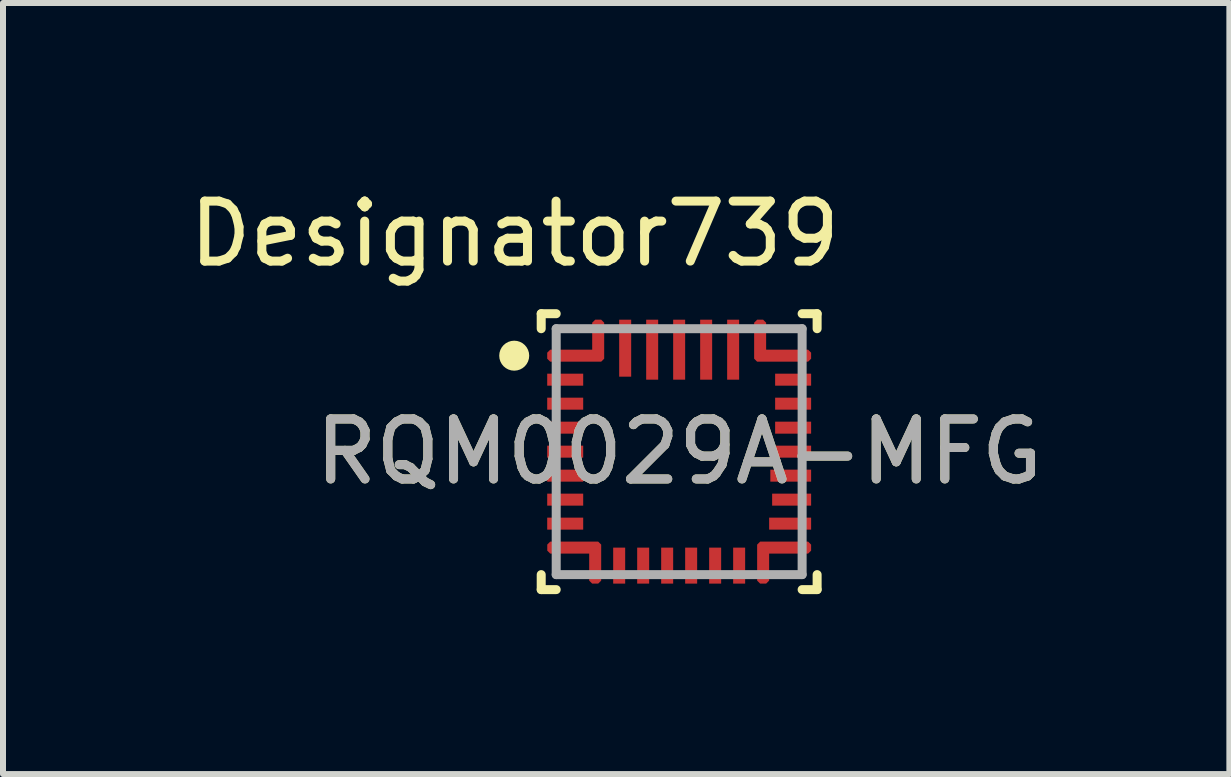
<source format=kicad_pcb>
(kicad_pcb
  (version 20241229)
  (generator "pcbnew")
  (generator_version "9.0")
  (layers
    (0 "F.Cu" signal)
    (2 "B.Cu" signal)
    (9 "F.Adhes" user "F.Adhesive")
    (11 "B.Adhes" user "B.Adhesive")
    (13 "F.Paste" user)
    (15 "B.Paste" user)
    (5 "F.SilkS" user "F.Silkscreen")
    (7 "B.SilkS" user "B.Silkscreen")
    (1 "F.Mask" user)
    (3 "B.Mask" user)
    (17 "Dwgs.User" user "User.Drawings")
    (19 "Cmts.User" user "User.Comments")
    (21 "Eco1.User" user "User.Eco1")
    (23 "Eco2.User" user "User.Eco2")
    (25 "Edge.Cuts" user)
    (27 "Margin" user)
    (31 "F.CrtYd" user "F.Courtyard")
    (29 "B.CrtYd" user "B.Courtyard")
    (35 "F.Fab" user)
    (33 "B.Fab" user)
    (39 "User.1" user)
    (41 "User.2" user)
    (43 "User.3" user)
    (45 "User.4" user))
  (footprint "RQM0029A-MFG"
    (layer "F.Cu")
    (at 8.273 4.48)
    (property "Reference" "RQM0029A-MFG" (at 0 0 0) (unlocked yes) (layer "F.SilkS") (effects (font (size 1 1) (thickness 0.15))))
    (attr smd)
    (fp_poly (pts (xy -2.2 1.65) (xy -2.2 1.55) (xy -2.15 1.5) (xy -1.35 1.5) (xy -1.3 1.55) (xy -1.3 2.15) (xy -1.35 2.2) (xy -1.45 2.2) (xy -1.5 2.15) (xy -1.5 1.7) (xy -2.15 1.7)) (stroke (width 0) (type solid)) (fill yes) (layer "F.Mask"))
    (fp_poly (pts (xy 2.2 -1.65) (xy 2.2 -1.55) (xy 2.15 -1.5) (xy 1.3 -1.5) (xy 1.25 -1.55) (xy 1.25 -2.15) (xy 1.3 -2.2) (xy 1.4 -2.2) (xy 1.45 -2.15) (xy 1.45 -1.7) (xy 2.15 -1.7)) (stroke (width 0) (type solid)) (fill yes) (layer "F.Mask"))
    (fp_line (start -2.3 -2.3) (end -2.05 -2.3) (stroke (width 0.15) (type solid)) (layer "F.SilkS"))
    (fp_line (start -2.3 -2.05) (end -2.3 -2.3) (stroke (width 0.15) (type solid)) (layer "F.SilkS"))
    (fp_line (start -2.3 2.3) (end -2.3 2.05) (stroke (width 0.15) (type solid)) (layer "F.SilkS"))
    (fp_line (start -2.3 2.3) (end -2.05 2.3) (stroke (width 0.15) (type solid)) (layer "F.SilkS"))
    (fp_line (start 2.05 -2.3) (end 2.3 -2.3) (stroke (width 0.15) (type solid)) (layer "F.SilkS"))
    (fp_line (start 2.05 2.3) (end 2.3 2.3) (stroke (width 0.15) (type solid)) (layer "F.SilkS"))
    (fp_line (start 2.3 -2.05) (end 2.3 -2.3) (stroke (width 0.15) (type solid)) (layer "F.SilkS"))
    (fp_line (start 2.3 2.3) (end 2.3 2.05) (stroke (width 0.15) (type solid)) (layer "F.SilkS"))
    (fp_circle (center -2.75 -1.6) (end -2.625 -1.6) (stroke (width 0.25) (type solid)) (fill no) (layer "F.SilkS"))
    (fp_poly (pts (xy -2.2 1.65) (xy -2.2 1.55) (xy -2.15 1.5) (xy -1.35 1.5) (xy -1.3 1.55) (xy -1.3 2.15) (xy -1.35 2.2) (xy -1.45 2.2) (xy -1.5 2.15) (xy -1.5 1.7) (xy -2.15 1.7)) (stroke (width 0) (type solid)) (fill yes) (layer "F.Paste"))
    (fp_poly (pts (xy 2.2 -1.65) (xy 2.2 -1.55) (xy 2.15 -1.5) (xy 1.3 -1.5) (xy 1.25 -1.55) (xy 1.25 -2.15) (xy 1.3 -2.2) (xy 1.4 -2.2) (xy 1.45 -2.15) (xy 1.45 -1.7) (xy 2.15 -1.7)) (stroke (width 0) (type solid)) (fill yes) (layer "F.Paste"))
    (fp_line (start -2.05 -2.05) (end 2.05 -2.05) (stroke (width 0.15) (type solid)) (layer "F.Fab"))
    (fp_line (start -2.05 2.05) (end -2.05 -2.05) (stroke (width 0.15) (type solid)) (layer "F.Fab"))
    (fp_line (start -2.05 2.05) (end 2.05 2.05) (stroke (width 0.15) (type solid)) (layer "F.Fab"))
    (fp_line (start 2.05 2.05) (end 2.05 -2.05) (stroke (width 0.15) (type solid)) (layer "F.Fab"))
    (fp_text user "Designator739" (at -2.743 -3.632 0) (unlocked yes) (layer "F.SilkS") (effects (font (size 1 1) (thickness 0.15))))
    (fp_text user "${REFERENCE}" (at 0 0 0) (unlocked yes) (layer "F.Fab") (effects (font (size 1 1) (thickness 0.15))))
    (pad "1" smd custom (at -1.369 -1.631) (size 0.192 0.192) (layers "F.Cu" "F.Mask" "F.Paste") (options (anchor circle)) (primitives (gr_poly (pts (xy -0.831 -0.019) (xy -0.781 -0.069) (xy -0.081 -0.069) (xy -0.081 -0.519) (xy -0.031 -0.569) (xy 0.069 -0.569) (xy 0.119 -0.519) (xy 0.119 0.081) (xy 0.069 0.131) (xy -0.781 0.131) (xy -0.831 0.081)) (width 0) (fill yes))))
    (pad "2" smd rect (at -1.9 -1.2) (size 0.6 0.2) (layers "F.Cu" "F.Mask" "F.Paste"))
    (pad "3" smd rect (at -1.9 -0.8) (size 0.6 0.2) (layers "F.Cu" "F.Mask" "F.Paste"))
    (pad "4" smd rect (at -1.9 -0.4) (size 0.6 0.2) (layers "F.Cu" "F.Mask" "F.Paste"))
    (pad "5" smd rect (at -1.9 0) (size 0.6 0.2) (layers "F.Cu" "F.Mask" "F.Paste"))
    (pad "6" smd rect (at -1.9 0.4) (size 0.6 0.2) (layers "F.Cu" "F.Mask" "F.Paste"))
    (pad "7" smd rect (at -1.9 0.8) (size 0.6 0.2) (layers "F.Cu" "F.Mask" "F.Paste"))
    (pad "8" smd rect (at -1.9 1.2) (size 0.6 0.2) (layers "F.Cu" "F.Mask" "F.Paste"))
    (pad "9" smd custom (at -1.412 1.937) (size 0.158 0.158) (layers "F.Cu" "F.Mask" "F.Paste") (options (anchor circle)) (primitives (gr_poly (pts (xy -0.787 -0.287) (xy -0.737 -0.237) (xy -0.088 -0.237) (xy -0.088 0.213) (xy -0.038 0.263) (xy 0.062 0.263) (xy 0.112 0.213) (xy 0.112 -0.388) (xy 0.062 -0.437) (xy -0.738 -0.437) (xy -0.787 -0.388)) (width 0) (fill yes))))
    (pad "10" smd rect (at -1 1.9 90) (size 0.6 0.2) (layers "F.Cu" "F.Mask" "F.Paste"))
    (pad "11" smd rect (at -0.6 1.9 90) (size 0.6 0.2) (layers "F.Cu" "F.Mask" "F.Paste"))
    (pad "12" smd rect (at -0.2 1.9 90) (size 0.6 0.2) (layers "F.Cu" "F.Mask" "F.Paste"))
    (pad "13" smd rect (at 0.2 1.9 90) (size 0.6 0.2) (layers "F.Cu" "F.Mask" "F.Paste"))
    (pad "14" smd rect (at 0.6 1.9 90) (size 0.6 0.2) (layers "F.Cu" "F.Mask" "F.Paste"))
    (pad "15" smd rect (at 1 1.9 90) (size 0.6 0.2) (layers "F.Cu" "F.Mask" "F.Paste"))
    (pad "16" smd custom (at 1.431 1.631) (size 0.175 0.175) (layers "F.Cu" "F.Mask" "F.Paste") (options (anchor circle)) (primitives (gr_poly (pts (xy 0.769 0.019) (xy 0.719 0.069) (xy 0.069 0.069) (xy 0.069 0.519) (xy 0.019 0.569) (xy -0.081 0.569) (xy -0.131 0.519) (xy -0.131 -0.081) (xy -0.081 -0.131) (xy 0.719 -0.131) (xy 0.769 -0.081)) (width 0) (fill yes))))
    (pad "17" smd rect (at 1.85 1.2) (size 0.7 0.2) (layers "F.Cu" "F.Mask" "F.Paste"))
    (pad "18" smd rect (at 1.875 0.8) (size 0.65 0.2) (layers "F.Cu" "F.Mask" "F.Paste"))
    (pad "19" smd rect (at 1.86 0.4) (size 0.68 0.2) (layers "F.Cu" "F.Mask" "F.Paste"))
    (pad "20" smd rect (at 1.9 0) (size 0.6 0.2) (layers "F.Cu" "F.Mask" "F.Paste"))
    (pad "21" smd rect (at 1.9 -0.4) (size 0.6 0.2) (layers "F.Cu" "F.Mask" "F.Paste"))
    (pad "22" smd rect (at 1.9 -0.8) (size 0.6 0.2) (layers "F.Cu" "F.Mask" "F.Paste"))
    (pad "23" smd rect (at 1.9 -1.2) (size 0.6 0.2) (layers "F.Cu" "F.Mask" "F.Paste"))
    (pad "24" smd custom (at 1.381 -1.631) (size 0.175 0.175) (layers "F.Cu" "F.Mask" "F.Paste") (options (anchor circle)) (primitives (gr_poly (pts (xy 0.819 -0.019) (xy 0.769 -0.069) (xy 0.069 -0.069) (xy 0.069 -0.519) (xy 0.019 -0.569) (xy -0.081 -0.569) (xy -0.131 -0.519) (xy -0.131 0.081) (xy -0.081 0.131) (xy 0.769 0.131) (xy 0.819 0.081)) (width 0) (fill yes))))
    (pad "25" smd rect (at 0.9 -1.7) (size 0.2 1) (layers "F.Cu" "F.Mask" "F.Paste"))
    (pad "26" smd rect (at 0.45 -1.7) (size 0.2 1) (layers "F.Cu" "F.Mask" "F.Paste"))
    (pad "27" smd rect (at 0 -1.7) (size 0.2 1) (layers "F.Cu" "F.Mask" "F.Paste"))
    (pad "28" smd rect (at -0.45 -1.7) (size 0.2 1) (layers "F.Cu" "F.Mask" "F.Paste"))
    (pad "29" smd rect (at -0.9 -1.725) (size 0.2 0.95) (layers "F.Cu" "F.Mask" "F.Paste")))
  (gr_rect
    (start -3 -3)
    (end 17.446 9.855)
    (stroke (width 0.1) (type default))
    (fill no)
    (layer "Edge.Cuts")))
</source>
